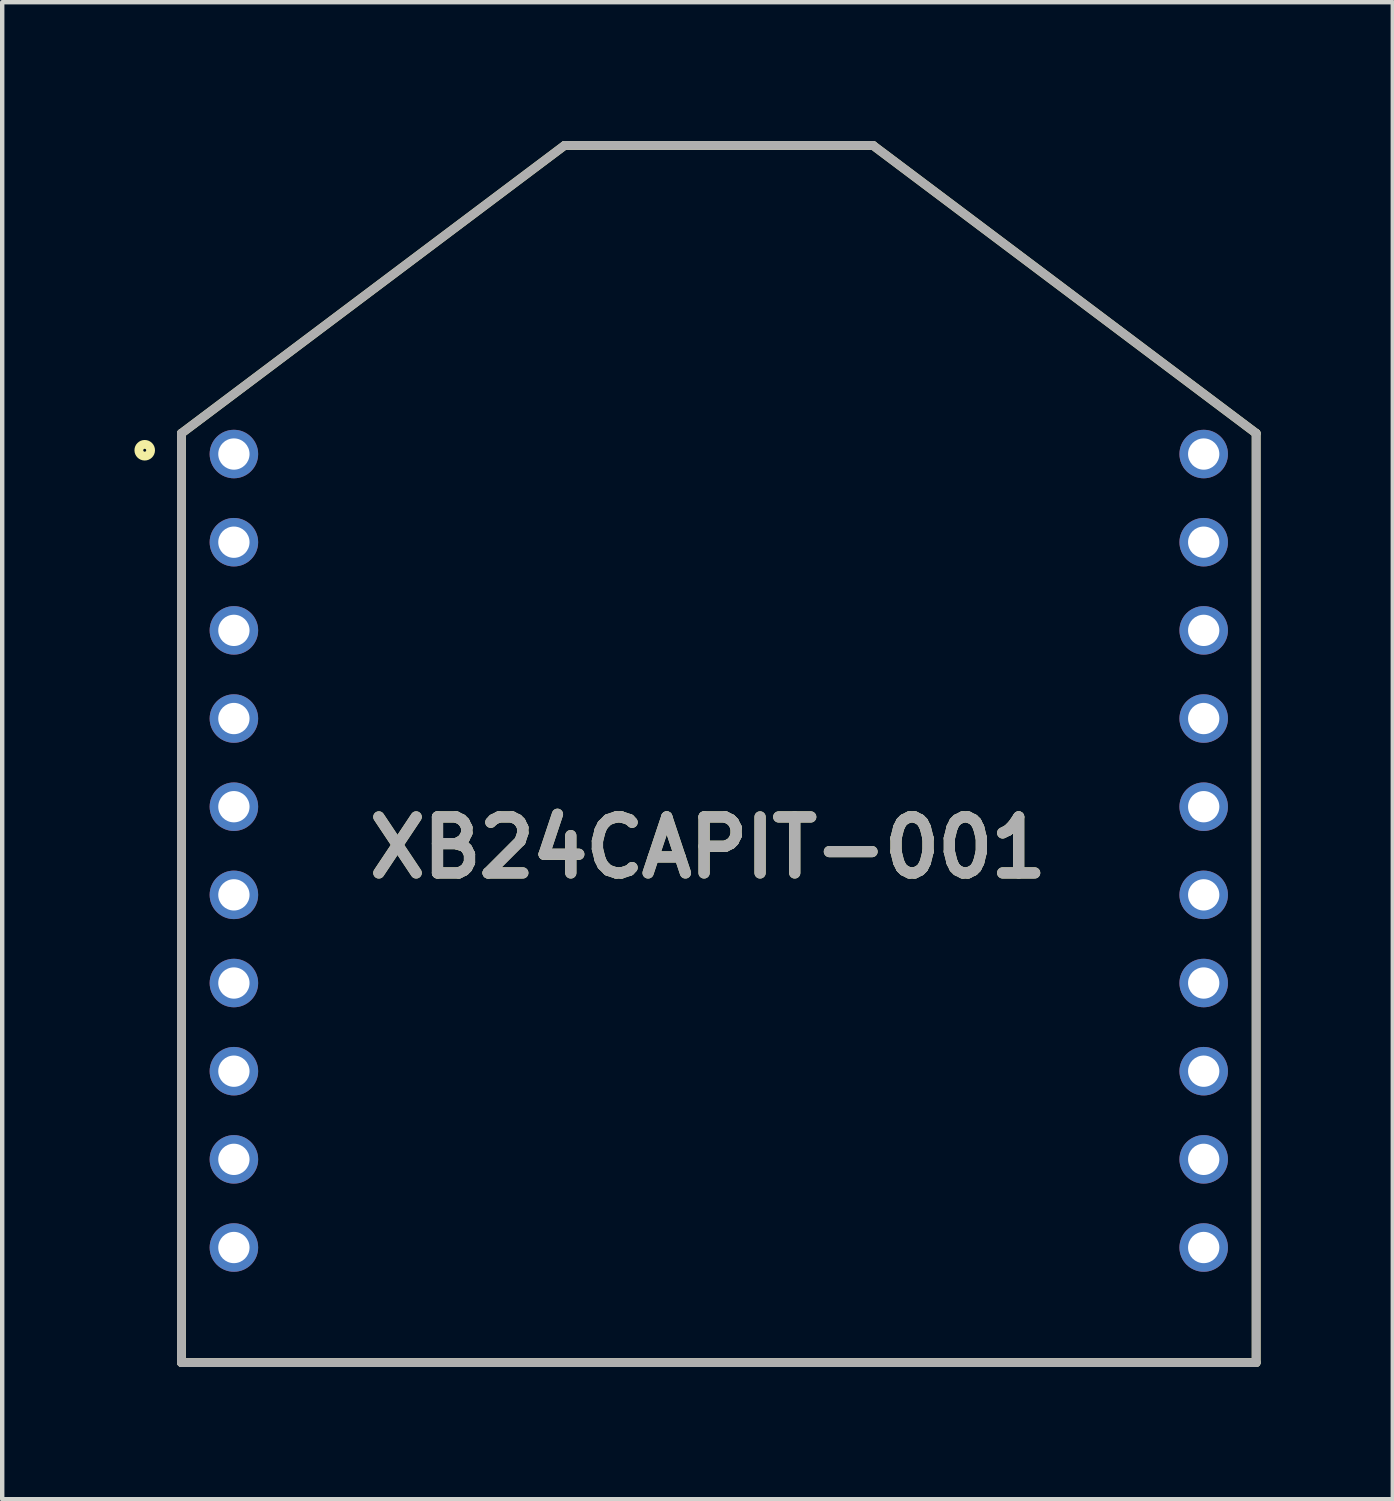
<source format=kicad_pcb>
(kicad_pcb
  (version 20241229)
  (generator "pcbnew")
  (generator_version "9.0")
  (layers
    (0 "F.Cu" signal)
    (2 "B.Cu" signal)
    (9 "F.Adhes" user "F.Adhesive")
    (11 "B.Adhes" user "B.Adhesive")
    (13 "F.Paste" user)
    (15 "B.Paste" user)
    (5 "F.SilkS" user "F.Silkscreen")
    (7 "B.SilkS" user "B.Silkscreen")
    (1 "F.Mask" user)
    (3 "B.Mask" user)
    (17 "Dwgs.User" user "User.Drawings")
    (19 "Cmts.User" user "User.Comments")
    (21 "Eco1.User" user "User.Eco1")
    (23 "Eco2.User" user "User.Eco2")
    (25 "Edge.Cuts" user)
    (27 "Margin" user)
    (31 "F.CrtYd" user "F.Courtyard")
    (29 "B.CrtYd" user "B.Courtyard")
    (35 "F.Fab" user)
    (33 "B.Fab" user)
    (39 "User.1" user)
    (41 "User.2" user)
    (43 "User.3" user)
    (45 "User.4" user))
  (footprint "XB24CAPIT-001"
    (layer "F.Cu")
    (at 13.256 0.25)
    (property "Reference" "XB24CAPIT-001" (at -0.243 15.928 0) (layer "F.SilkS") (effects (font (size 1.27 1.27) (thickness 0.254))))
    (attr through_hole)
    (fp_line (start -12.19 6.53) (end -3.5 0) (stroke (width 0.2) (type solid)) (layer "F.SilkS"))
    (fp_line (start -12.19 27.61) (end -12.19 6.53) (stroke (width 0.2) (type solid)) (layer "F.SilkS"))
    (fp_line (start -3.5 0) (end 3.5 0) (stroke (width 0.2) (type solid)) (layer "F.SilkS"))
    (fp_line (start 3.5 0) (end 12.19 6.53) (stroke (width 0.2) (type solid)) (layer "F.SilkS"))
    (fp_line (start 12.19 6.53) (end 12.19 27.61) (stroke (width 0.2) (type solid)) (layer "F.SilkS"))
    (fp_line (start 12.19 27.61) (end -12.19 27.61) (stroke (width 0.2) (type solid)) (layer "F.SilkS"))
    (fp_circle (center -13.023 6.914) (end -13.023 7.047) (stroke (width 0.2) (type solid)) (fill no) (layer "F.SilkS"))
    (fp_line (start -12.19 6.53) (end -12.19 27.61) (stroke (width 0.2) (type solid)) (layer "F.Fab"))
    (fp_line (start -12.19 6.53) (end -3.5 0) (stroke (width 0.2) (type solid)) (layer "F.Fab"))
    (fp_line (start -12.19 27.61) (end 12.19 27.61) (stroke (width 0.2) (type solid)) (layer "F.Fab"))
    (fp_line (start -3.5 0) (end 3.5 0) (stroke (width 0.2) (type solid)) (layer "F.Fab"))
    (fp_line (start 3.5 0) (end 12.19 6.53) (stroke (width 0.2) (type solid)) (layer "F.Fab"))
    (fp_line (start 12.19 27.61) (end 12.19 6.53) (stroke (width 0.2) (type solid)) (layer "F.Fab"))
    (fp_text user "${REFERENCE}" (at -0.243 15.928 0) (layer "F.Fab") (effects (font (size 1.27 1.27) (thickness 0.254))))
    (pad "1" thru_hole circle (at -11 7) (size 1.1 1.1) (drill 0.71) (layers "*.Cu" "*.Mask"))
    (pad "2" thru_hole circle (at -11 9) (size 1.1 1.1) (drill 0.71) (layers "*.Cu" "*.Mask"))
    (pad "3" thru_hole circle (at -11 11) (size 1.1 1.1) (drill 0.71) (layers "*.Cu" "*.Mask"))
    (pad "4" thru_hole circle (at -11 13) (size 1.1 1.1) (drill 0.71) (layers "*.Cu" "*.Mask"))
    (pad "5" thru_hole circle (at -11 15) (size 1.1 1.1) (drill 0.71) (layers "*.Cu" "*.Mask"))
    (pad "6" thru_hole circle (at -11 17) (size 1.1 1.1) (drill 0.71) (layers "*.Cu" "*.Mask"))
    (pad "7" thru_hole circle (at -11 19) (size 1.1 1.1) (drill 0.71) (layers "*.Cu" "*.Mask"))
    (pad "8" thru_hole circle (at -11 21) (size 1.1 1.1) (drill 0.71) (layers "*.Cu" "*.Mask"))
    (pad "9" thru_hole circle (at -11 23) (size 1.1 1.1) (drill 0.71) (layers "*.Cu" "*.Mask"))
    (pad "10" thru_hole circle (at -11 25) (size 1.1 1.1) (drill 0.71) (layers "*.Cu" "*.Mask"))
    (pad "11" thru_hole circle (at 11 25) (size 1.1 1.1) (drill 0.71) (layers "*.Cu" "*.Mask"))
    (pad "12" thru_hole circle (at 11 23) (size 1.1 1.1) (drill 0.71) (layers "*.Cu" "*.Mask"))
    (pad "13" thru_hole circle (at 11 21) (size 1.1 1.1) (drill 0.71) (layers "*.Cu" "*.Mask"))
    (pad "14" thru_hole circle (at 11 19) (size 1.1 1.1) (drill 0.71) (layers "*.Cu" "*.Mask"))
    (pad "15" thru_hole circle (at 11 17) (size 1.1 1.1) (drill 0.71) (layers "*.Cu" "*.Mask"))
    (pad "16" thru_hole circle (at 11 15) (size 1.1 1.1) (drill 0.71) (layers "*.Cu" "*.Mask"))
    (pad "17" thru_hole circle (at 11 13) (size 1.1 1.1) (drill 0.71) (layers "*.Cu" "*.Mask"))
    (pad "18" thru_hole circle (at 11 11) (size 1.1 1.1) (drill 0.71) (layers "*.Cu" "*.Mask"))
    (pad "19" thru_hole circle (at 11 9) (size 1.1 1.1) (drill 0.71) (layers "*.Cu" "*.Mask"))
    (pad "20" thru_hole circle (at 11 7) (size 1.1 1.1) (drill 0.71) (layers "*.Cu" "*.Mask")))
  (gr_rect
    (start -3 -3)
    (end 28.546 30.96)
    (stroke (width 0.1) (type default))
    (fill no)
    (layer "Edge.Cuts")))
</source>
